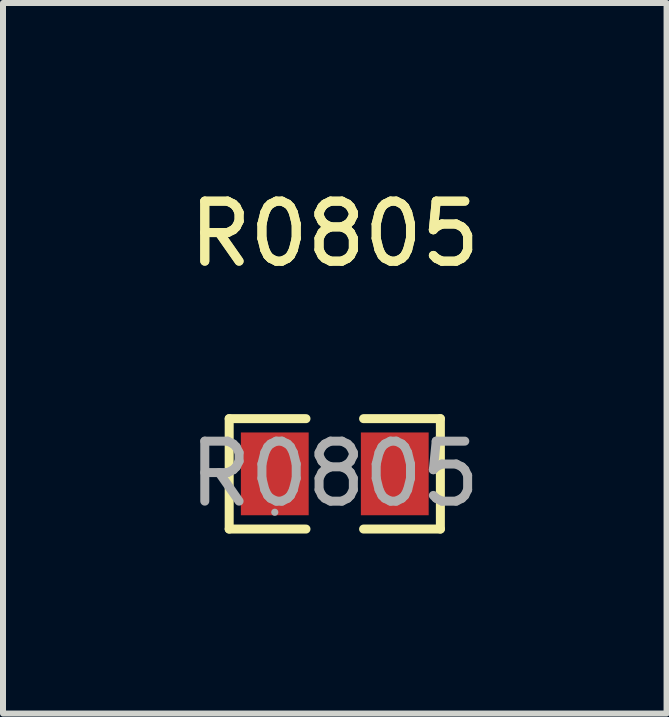
<source format=kicad_pcb>
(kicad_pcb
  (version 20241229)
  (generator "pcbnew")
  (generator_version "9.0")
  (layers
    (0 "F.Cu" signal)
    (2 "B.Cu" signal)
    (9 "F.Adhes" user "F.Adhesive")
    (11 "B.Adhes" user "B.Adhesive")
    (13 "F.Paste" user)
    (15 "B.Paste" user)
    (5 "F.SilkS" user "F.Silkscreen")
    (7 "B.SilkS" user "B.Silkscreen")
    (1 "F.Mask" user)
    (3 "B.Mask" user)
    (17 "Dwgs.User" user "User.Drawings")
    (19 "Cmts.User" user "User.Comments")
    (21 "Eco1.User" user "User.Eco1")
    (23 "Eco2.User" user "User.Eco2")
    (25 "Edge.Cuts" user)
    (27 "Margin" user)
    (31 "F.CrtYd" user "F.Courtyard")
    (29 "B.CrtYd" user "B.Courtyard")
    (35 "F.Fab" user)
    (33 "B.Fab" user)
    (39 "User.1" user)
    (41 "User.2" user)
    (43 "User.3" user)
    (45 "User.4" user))
  (footprint "R0805"
    (layer "F.Cu")
    (at 2.53 4.848)
    (property "Reference" "R0805" (at 0 -4 0) (layer "F.SilkS") (effects (font (size 1 1) (thickness 0.15))))
    (attr smd)
    (fp_line (start -1.76 -0.92) (end -0.48 -0.92) (stroke (width 0.15) (type solid)) (layer "F.SilkS"))
    (fp_line (start -1.76 0.92) (end -1.76 -0.92) (stroke (width 0.15) (type solid)) (layer "F.SilkS"))
    (fp_line (start -0.48 0.92) (end -1.76 0.92) (stroke (width 0.15) (type solid)) (layer "F.SilkS"))
    (fp_line (start 0.48 0.92) (end 1.76 0.92) (stroke (width 0.15) (type solid)) (layer "F.SilkS"))
    (fp_line (start 1.76 -0.92) (end 0.48 -0.92) (stroke (width 0.15) (type solid)) (layer "F.SilkS"))
    (fp_line (start 1.76 0.92) (end 1.76 -0.92) (stroke (width 0.15) (type solid)) (layer "F.SilkS"))
    (fp_circle (center -1 0.64) (end -0.97 0.64) (stroke (width 0.06) (type solid)) (fill no) (layer "F.Fab"))
    (fp_text user "${REFERENCE}" (at 0 -4 0) (layer "F.SilkS") (effects (font (size 1 1) (thickness 0.15))))
    (fp_text user "${REFERENCE}" (at 0 0 0) (layer "F.Fab") (effects (font (size 1 1) (thickness 0.15))))
    (pad "1" smd rect (at -1 0) (size 1.13 1.38) (layers "F.Cu" "F.Mask" "F.Paste"))
    (pad "2" smd rect (at 1 0) (size 1.13 1.38) (layers "F.Cu" "F.Mask" "F.Paste")))
  (gr_rect
    (start -3 -3)
    (end 8.06 8.843)
    (stroke (width 0.1) (type default))
    (fill no)
    (layer "Edge.Cuts")))
</source>
